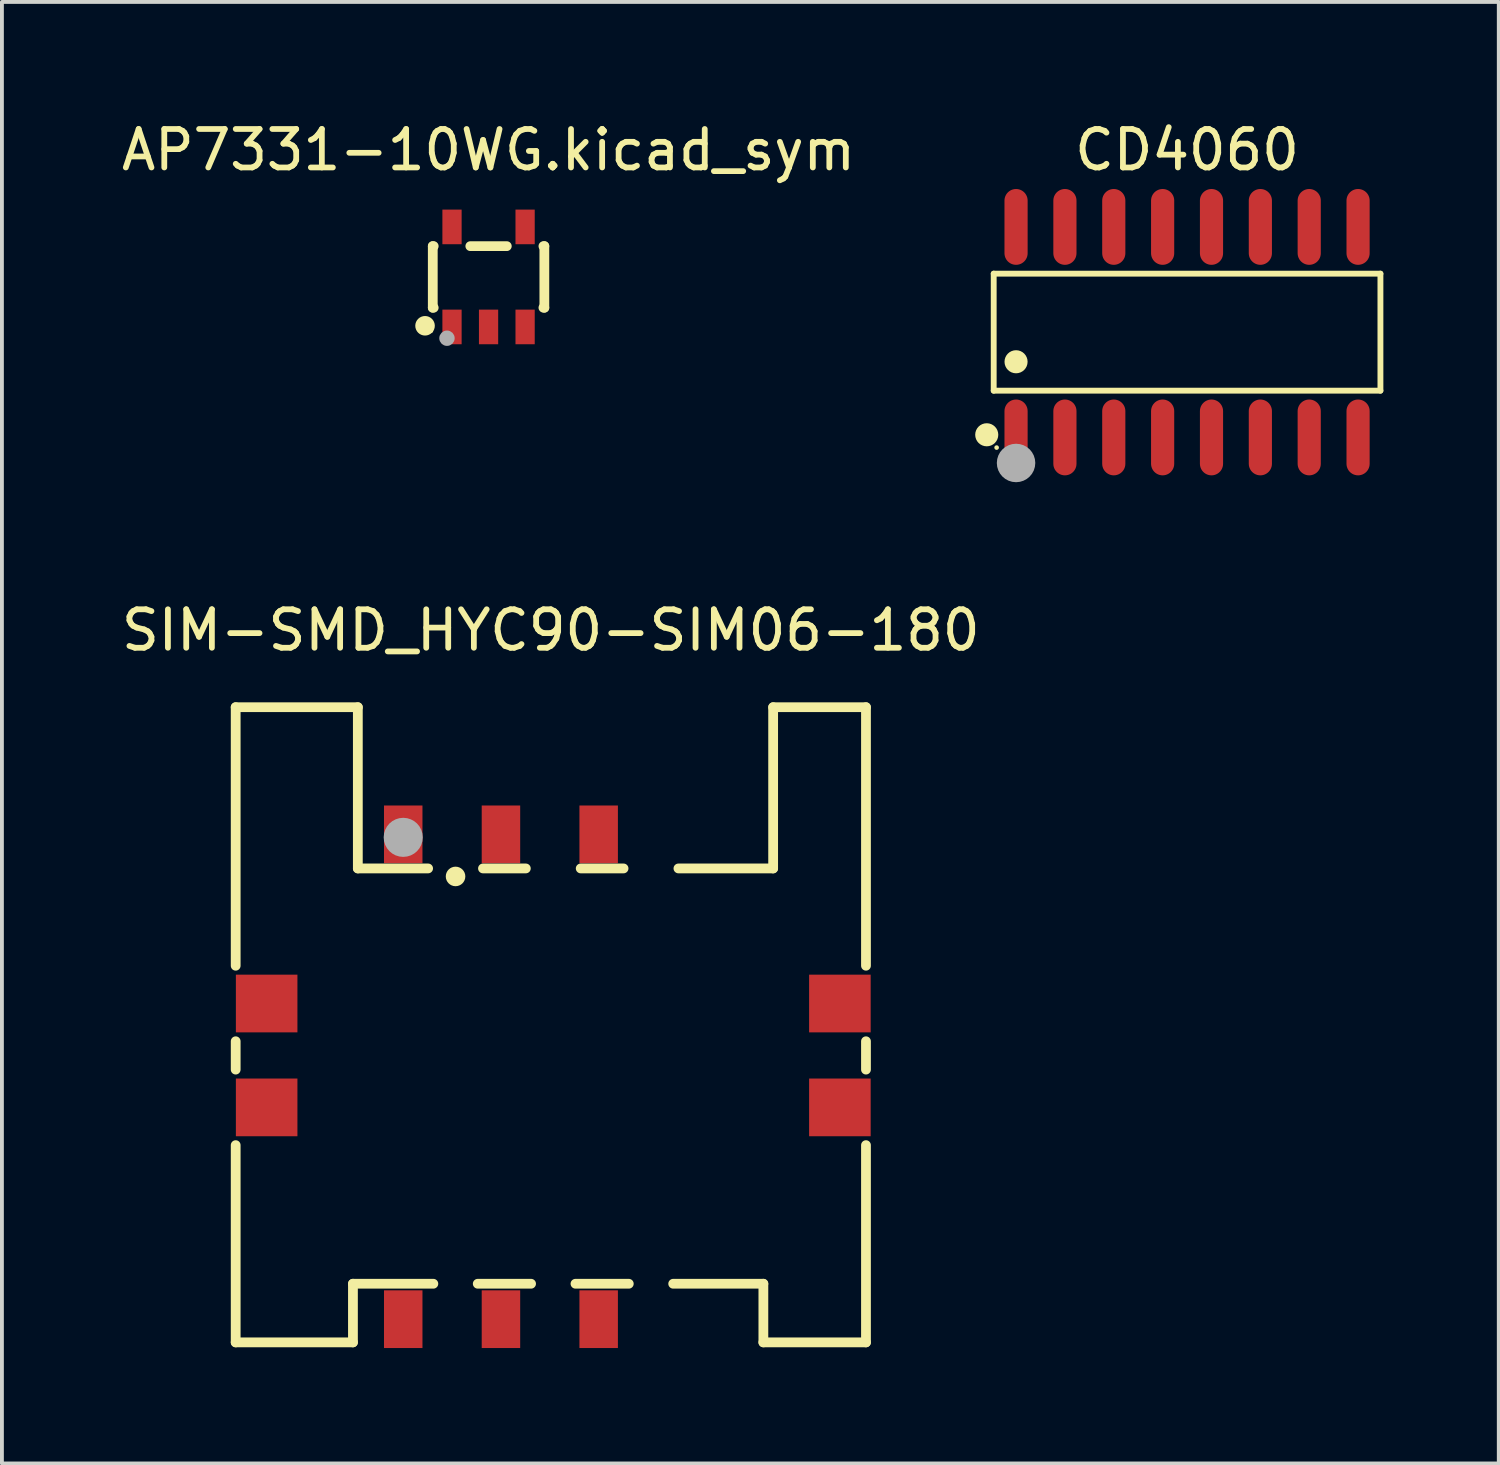
<source format=kicad_pcb>
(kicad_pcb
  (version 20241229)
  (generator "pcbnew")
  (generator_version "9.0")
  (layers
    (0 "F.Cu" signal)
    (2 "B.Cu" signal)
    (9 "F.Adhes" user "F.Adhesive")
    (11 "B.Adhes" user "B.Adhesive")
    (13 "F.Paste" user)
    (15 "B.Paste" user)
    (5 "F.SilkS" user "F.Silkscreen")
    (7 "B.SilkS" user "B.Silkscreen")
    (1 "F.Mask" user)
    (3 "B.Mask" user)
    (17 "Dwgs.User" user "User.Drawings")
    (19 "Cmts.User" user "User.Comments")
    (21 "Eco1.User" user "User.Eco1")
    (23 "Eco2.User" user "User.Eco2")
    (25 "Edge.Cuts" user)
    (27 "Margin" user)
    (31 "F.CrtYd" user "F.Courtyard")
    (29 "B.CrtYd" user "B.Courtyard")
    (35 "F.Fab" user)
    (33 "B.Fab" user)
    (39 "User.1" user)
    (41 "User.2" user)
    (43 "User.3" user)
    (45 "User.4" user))
  (footprint "AP7331-10WG.kicad_sym"
    (layer "F.Cu")
    (at 9.649 4.148)
    (property "Reference" "AP7331-10WG.kicad_sym" (at 0 -3.3 0) (layer "F.SilkS") (effects (font (size 1 1) (thickness 0.15))))
    (attr through_hole)
    (fp_line (start -1.45 0.8) (end -1.45 -0.8) (stroke (width 0.254) (type solid)) (layer "F.SilkS"))
    (fp_line (start -1.45 0.8) (end -1.426 0.8) (stroke (width 0.254) (type solid)) (layer "F.SilkS"))
    (fp_line (start -1.426 -0.8) (end -1.45 -0.8) (stroke (width 0.254) (type solid)) (layer "F.SilkS"))
    (fp_line (start 0.474 -0.8) (end -0.474 -0.8) (stroke (width 0.254) (type solid)) (layer "F.SilkS"))
    (fp_line (start 1.426 0.8) (end 1.45 0.8) (stroke (width 0.254) (type solid)) (layer "F.SilkS"))
    (fp_line (start 1.45 -0.8) (end 1.426 -0.8) (stroke (width 0.254) (type solid)) (layer "F.SilkS"))
    (fp_line (start 1.45 0.8) (end 1.45 -0.8) (stroke (width 0.254) (type solid)) (layer "F.SilkS"))
    (fp_circle (center -1.651 1.27) (end -1.524 1.27) (stroke (width 0.254) (type solid)) (fill no) (layer "F.SilkS"))
    (fp_circle (center -1.5 1.4) (end -1.47 1.4) (stroke (width 0.06) (type solid)) (fill no) (layer "F.SilkS"))
    (fp_circle (center -1.081 1.593) (end -0.981 1.593) (stroke (width 0.2) (type solid)) (fill no) (layer "F.Fab"))
    (pad "1" smd rect (at -0.95 1.3) (size 0.5 0.9) (layers "F.Cu" "F.Mask" "F.Paste"))
    (pad "2" smd rect (at 0 1.3) (size 0.5 0.9) (layers "F.Cu" "F.Mask" "F.Paste"))
    (pad "3" smd rect (at 0.95 1.3) (size 0.5 0.9) (layers "F.Cu" "F.Mask" "F.Paste"))
    (pad "4" smd rect (at 0.95 -1.3) (size 0.5 0.9) (layers "F.Cu" "F.Mask" "F.Paste"))
    (pad "5" smd rect (at -0.95 -1.3) (size 0.5 0.9) (layers "F.Cu" "F.Mask" "F.Paste")))
  (footprint "SIM-SMD_HYC90-SIM06-180"
    (layer "F.Cu")
    (at 11.331 24.938)
    (property "Reference" "SIM-SMD_HYC90-SIM06-180" (at -0.064 -11.606 180) (layer "F.SilkS") (effects (font (size 1 1) (thickness 0.15))))
    (attr through_hole)
    (fp_line (start -8.255 -9.606) (end -8.255 -2.886) (stroke (width 0.254) (type solid)) (layer "F.SilkS"))
    (fp_line (start -8.255 -0.923) (end -8.255 -0.186) (stroke (width 0.254) (type solid)) (layer "F.SilkS"))
    (fp_line (start -8.255 1.777) (end -8.255 6.904) (stroke (width 0.254) (type solid)) (layer "F.SilkS"))
    (fp_line (start -8.255 6.904) (end -5.207 6.904) (stroke (width 0.254) (type solid)) (layer "F.SilkS"))
    (fp_line (start -5.207 5.38) (end -3.117 5.38) (stroke (width 0.254) (type solid)) (layer "F.SilkS"))
    (fp_line (start -5.207 6.904) (end -5.207 5.38) (stroke (width 0.254) (type solid)) (layer "F.SilkS"))
    (fp_line (start -5.08 -9.606) (end -8.255 -9.606) (stroke (width 0.254) (type solid)) (layer "F.SilkS"))
    (fp_line (start -5.08 -5.415) (end -5.08 -9.606) (stroke (width 0.254) (type solid)) (layer "F.SilkS"))
    (fp_line (start -3.253 -5.415) (end -5.08 -5.415) (stroke (width 0.254) (type solid)) (layer "F.SilkS"))
    (fp_line (start -1.963 5.38) (end -0.577 5.38) (stroke (width 0.254) (type solid)) (layer "F.SilkS"))
    (fp_line (start -0.713 -5.415) (end -1.827 -5.415) (stroke (width 0.254) (type solid)) (layer "F.SilkS"))
    (fp_line (start 0.577 5.38) (end 1.963 5.38) (stroke (width 0.254) (type solid)) (layer "F.SilkS"))
    (fp_line (start 1.827 -5.415) (end 0.713 -5.415) (stroke (width 0.254) (type solid)) (layer "F.SilkS"))
    (fp_line (start 3.117 5.38) (end 5.461 5.38) (stroke (width 0.254) (type solid)) (layer "F.SilkS"))
    (fp_line (start 5.461 5.38) (end 5.461 6.904) (stroke (width 0.254) (type solid)) (layer "F.SilkS"))
    (fp_line (start 5.461 6.904) (end 8.128 6.904) (stroke (width 0.254) (type solid)) (layer "F.SilkS"))
    (fp_line (start 5.715 -9.606) (end 5.715 -5.415) (stroke (width 0.254) (type solid)) (layer "F.SilkS"))
    (fp_line (start 5.715 -5.415) (end 3.253 -5.415) (stroke (width 0.254) (type solid)) (layer "F.SilkS"))
    (fp_line (start 8.128 -9.606) (end 5.715 -9.606) (stroke (width 0.254) (type solid)) (layer "F.SilkS"))
    (fp_line (start 8.128 -2.886) (end 8.128 -9.606) (stroke (width 0.254) (type solid)) (layer "F.SilkS"))
    (fp_line (start 8.128 -0.186) (end 8.128 -0.923) (stroke (width 0.254) (type solid)) (layer "F.SilkS"))
    (fp_line (start 8.128 6.904) (end 8.128 1.777) (stroke (width 0.254) (type solid)) (layer "F.SilkS"))
    (fp_circle (center -8.207 -9.516) (end -8.177 -9.516) (stroke (width 0.06) (type solid)) (fill no) (layer "F.SilkS"))
    (fp_circle (center -2.54 -5.207) (end -2.413 -5.207) (stroke (width 0.254) (type solid)) (fill no) (layer "F.SilkS"))
    (fp_circle (center -3.9 -6.223) (end -3.646 -6.223) (stroke (width 0.508) (type solid)) (fill no) (layer "F.Fab"))
    (pad "1" smd rect (at -3.9 -6.301) (size 1 1.5) (layers "F.Cu" "F.Mask" "F.Paste"))
    (pad "2" smd rect (at -1.36 -6.301) (size 1 1.5) (layers "F.Cu" "F.Mask" "F.Paste"))
    (pad "3" smd rect (at 1.18 -6.301) (size 1 1.5) (layers "F.Cu" "F.Mask" "F.Paste"))
    (pad "4" smd rect (at -3.9 6.301) (size 1 1.5) (layers "F.Cu" "F.Mask" "F.Paste"))
    (pad "5" smd rect (at -1.36 6.301) (size 1 1.5) (layers "F.Cu" "F.Mask" "F.Paste"))
    (pad "6" smd rect (at 1.18 6.301) (size 1 1.5) (layers "F.Cu" "F.Mask" "F.Paste"))
    (pad "8" smd rect (at -7.45 0.796 90) (size 1.5 1.6) (layers "F.Cu" "F.Mask" "F.Paste"))
    (pad "9" smd rect (at -7.45 -1.904 90) (size 1.5 1.6) (layers "F.Cu" "F.Mask" "F.Paste"))
    (pad "10" smd rect (at 7.45 0.796 90) (size 1.5 1.6) (layers "F.Cu" "F.Mask" "F.Paste"))
    (pad "11" smd rect (at 7.45 -1.904 90) (size 1.5 1.6) (layers "F.Cu" "F.Mask" "F.Paste")))
  (footprint "CD4060"
    (layer "F.Cu")
    (at 27.805 5.584)
    (property "Reference" "CD4060" (at 0 -4.736 180) (layer "F.SilkS") (effects (font (size 1 1) (thickness 0.15))))
    (attr through_hole)
    (fp_line (start -5.026 -1.521) (end 5.026 -1.521) (stroke (width 0.152) (type solid)) (layer "F.SilkS"))
    (fp_line (start -5.026 1.521) (end -5.026 -1.521) (stroke (width 0.152) (type solid)) (layer "F.SilkS"))
    (fp_line (start 5.026 -1.521) (end 5.026 1.521) (stroke (width 0.152) (type solid)) (layer "F.SilkS"))
    (fp_line (start 5.026 1.521) (end -5.026 1.521) (stroke (width 0.152) (type solid)) (layer "F.SilkS"))
    (fp_circle (center -5.207 2.667) (end -5.057 2.667) (stroke (width 0.3) (type solid)) (fill no) (layer "F.SilkS"))
    (fp_circle (center -4.95 3) (end -4.92 3) (stroke (width 0.06) (type solid)) (fill no) (layer "F.SilkS"))
    (fp_circle (center -4.445 0.769) (end -4.295 0.769) (stroke (width 0.3) (type solid)) (fill no) (layer "F.SilkS"))
    (fp_circle (center -4.445 3.4) (end -4.195 3.4) (stroke (width 0.5) (type solid)) (fill no) (layer "F.Fab"))
    (pad "1" smd oval (at -4.445 2.736) (size 0.602 1.971) (layers "F.Cu" "F.Mask" "F.Paste"))
    (pad "2" smd oval (at -3.175 2.736) (size 0.602 1.971) (layers "F.Cu" "F.Mask" "F.Paste"))
    (pad "3" smd oval (at -1.905 2.736) (size 0.602 1.971) (layers "F.Cu" "F.Mask" "F.Paste"))
    (pad "4" smd oval (at -0.635 2.736) (size 0.602 1.971) (layers "F.Cu" "F.Mask" "F.Paste"))
    (pad "5" smd oval (at 0.635 2.736) (size 0.602 1.971) (layers "F.Cu" "F.Mask" "F.Paste"))
    (pad "6" smd oval (at 1.905 2.736) (size 0.602 1.971) (layers "F.Cu" "F.Mask" "F.Paste"))
    (pad "7" smd oval (at 3.175 2.736) (size 0.602 1.971) (layers "F.Cu" "F.Mask" "F.Paste"))
    (pad "8" smd oval (at 4.445 2.736) (size 0.602 1.971) (layers "F.Cu" "F.Mask" "F.Paste"))
    (pad "9" smd oval (at 4.445 -2.736) (size 0.602 1.971) (layers "F.Cu" "F.Mask" "F.Paste"))
    (pad "10" smd oval (at 3.175 -2.736) (size 0.602 1.971) (layers "F.Cu" "F.Mask" "F.Paste"))
    (pad "11" smd oval (at 1.905 -2.736) (size 0.602 1.971) (layers "F.Cu" "F.Mask" "F.Paste"))
    (pad "12" smd oval (at 0.635 -2.736) (size 0.602 1.971) (layers "F.Cu" "F.Mask" "F.Paste"))
    (pad "13" smd oval (at -0.635 -2.736) (size 0.602 1.971) (layers "F.Cu" "F.Mask" "F.Paste"))
    (pad "14" smd oval (at -1.905 -2.736) (size 0.602 1.971) (layers "F.Cu" "F.Mask" "F.Paste"))
    (pad "15" smd oval (at -3.175 -2.736) (size 0.602 1.971) (layers "F.Cu" "F.Mask" "F.Paste"))
    (pad "16" smd oval (at -4.445 -2.736) (size 0.602 1.971) (layers "F.Cu" "F.Mask" "F.Paste")))
  (gr_rect
    (start -3 -3)
    (end 35.907 34.99)
    (stroke (width 0.1) (type default))
    (fill no)
    (layer "Edge.Cuts")))
</source>
